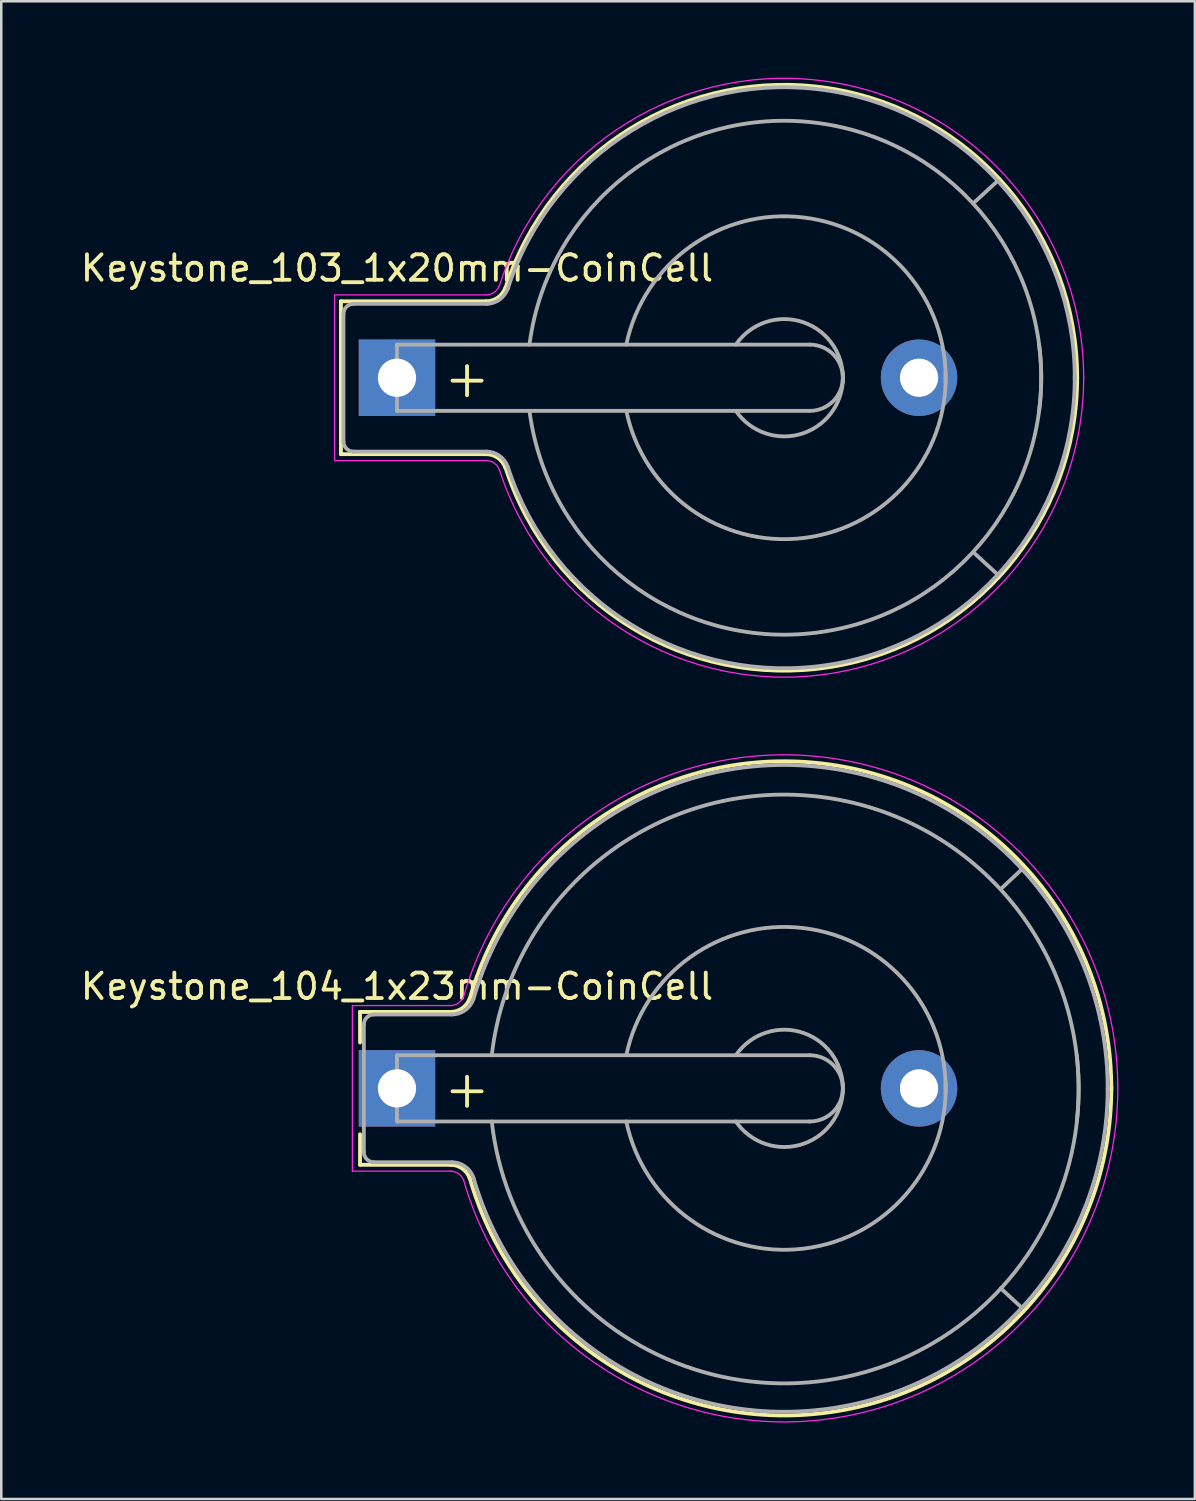
<source format=kicad_pcb>
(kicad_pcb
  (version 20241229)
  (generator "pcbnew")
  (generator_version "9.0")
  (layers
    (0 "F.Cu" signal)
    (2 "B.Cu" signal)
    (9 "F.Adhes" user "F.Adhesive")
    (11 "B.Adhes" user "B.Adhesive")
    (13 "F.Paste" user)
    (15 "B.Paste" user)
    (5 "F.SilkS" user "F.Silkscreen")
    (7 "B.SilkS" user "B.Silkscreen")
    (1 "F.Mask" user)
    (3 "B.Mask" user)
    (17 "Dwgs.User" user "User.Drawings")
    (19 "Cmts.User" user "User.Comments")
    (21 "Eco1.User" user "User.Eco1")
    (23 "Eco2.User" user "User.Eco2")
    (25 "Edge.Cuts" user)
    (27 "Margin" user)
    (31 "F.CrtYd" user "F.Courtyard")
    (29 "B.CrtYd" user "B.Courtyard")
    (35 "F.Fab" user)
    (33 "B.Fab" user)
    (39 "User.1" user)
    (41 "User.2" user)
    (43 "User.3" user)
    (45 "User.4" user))
  (footprint "Keystone_104_1x23mm-CoinCell"
    (layer "F.Cu")
    (at 12.53 39.665)
    (property "Reference" "Keystone_104_1x23mm-CoinCell" (at 0 -4 0) (layer "F.SilkS") (effects (font (size 1 1) (thickness 0.15))))
    (attr through_hole)
    (fp_line (start -1.45 -3) (end 2.15 -3) (stroke (width 0.15) (type solid)) (layer "F.SilkS"))
    (fp_line (start -1.45 -1.8) (end -1.45 -3) (stroke (width 0.15) (type solid)) (layer "F.SilkS"))
    (fp_line (start -1.45 1.8) (end -1.45 3) (stroke (width 0.15) (type solid)) (layer "F.SilkS"))
    (fp_line (start -1.45 3) (end 2.15 3) (stroke (width 0.15) (type solid)) (layer "F.SilkS"))
    (fp_arc (start 2.1 3) (mid 2.558861 3.144678) (end 2.851754 3.526384) (stroke (width 0.15) (type solid)) (layer "F.SilkS"))
    (fp_arc (start 2.85 -3.5) (mid 17.002622 -12.709172) (end 28.03617 0.072313) (stroke (width 0.15) (type solid)) (layer "F.SilkS"))
    (fp_arc (start 2.851754 -3.526384) (mid 2.558861 -3.144678) (end 2.1 -3) (stroke (width 0.15) (type solid)) (layer "F.SilkS"))
    (fp_arc (start 28.03617 -0.072313) (mid 17.002622 12.709172) (end 2.85 3.5) (stroke (width 0.15) (type solid)) (layer "F.SilkS"))
    (fp_line (start -1.75 -3.25) (end 2.15 -3.25) (stroke (width 0.05) (type solid)) (layer "F.CrtYd"))
    (fp_line (start -1.75 3.25) (end -1.75 -3.25) (stroke (width 0.05) (type solid)) (layer "F.CrtYd"))
    (fp_line (start -1.75 3.25) (end 2.15 3.25) (stroke (width 0.05) (type solid)) (layer "F.CrtYd"))
    (fp_arc (start 2.1 3.25) (mid 2.415467 3.349466) (end 2.616831 3.611889) (stroke (width 0.05) (type solid)) (layer "F.CrtYd"))
    (fp_arc (start 2.615 -3.6) (mid 17.013472 -12.963547) (end 28.289773 -0.008354) (stroke (width 0.05) (type solid)) (layer "F.CrtYd"))
    (fp_arc (start 2.616831 -3.611889) (mid 2.415467 -3.349466) (end 2.1 -3.25) (stroke (width 0.05) (type solid)) (layer "F.CrtYd"))
    (fp_arc (start 28.289773 0.008354) (mid 17.013472 12.963547) (end 2.615 3.6) (stroke (width 0.05) (type solid)) (layer "F.CrtYd"))
    (fp_line (start -1.3 -2.5) (end -1.3 2.5) (stroke (width 0.15) (type solid)) (layer "F.Fab"))
    (fp_line (start -0.9 2.9) (end 2.15 2.9) (stroke (width 0.15) (type solid)) (layer "F.Fab"))
    (fp_line (start 0 -1.3) (end 0 1.3) (stroke (width 0.15) (type solid)) (layer "F.Fab"))
    (fp_line (start 0 1.3) (end 16.2 1.3) (stroke (width 0.15) (type solid)) (layer "F.Fab"))
    (fp_line (start 2.15 -2.9) (end -0.9 -2.9) (stroke (width 0.15) (type solid)) (layer "F.Fab"))
    (fp_line (start 16.2 -1.3) (end 0 -1.3) (stroke (width 0.15) (type solid)) (layer "F.Fab"))
    (fp_line (start 23.698 7.849) (end 24.526 8.613) (stroke (width 0.15) (type solid)) (layer "F.Fab"))
    (fp_line (start 23.724 -7.849) (end 24.526 -8.601) (stroke (width 0.15) (type solid)) (layer "F.Fab"))
    (fp_arc (start -1.3 -2.5) (mid -1.182843 -2.782843) (end -0.9 -2.9) (stroke (width 0.15) (type solid)) (layer "F.Fab"))
    (fp_arc (start -0.9 2.9) (mid -1.182843 2.782843) (end -1.3 2.5) (stroke (width 0.15) (type solid)) (layer "F.Fab"))
    (fp_arc (start 2.15 2.9) (mid 2.666219 3.062763) (end 2.995723 3.492182) (stroke (width 0.15) (type solid)) (layer "F.Fab"))
    (fp_arc (start 2.995723 -3.492182) (mid 2.666219 -3.062763) (end 2.15 -2.9) (stroke (width 0.15) (type solid)) (layer "F.Fab"))
    (fp_arc (start 3 -3.5) (mid 16.968026 -12.568376) (end 27.892123 0.00164) (stroke (width 0.15) (type solid)) (layer "F.Fab"))
    (fp_arc (start 3.72 -1.3) (mid 16.5 -11.48) (end 26.68 1.3) (stroke (width 0.15) (type solid)) (layer "F.Fab"))
    (fp_arc (start 9 -1.3) (mid 15.954687 -6.28971) (end 21.531551 0.203631) (stroke (width 0.15) (type solid)) (layer "F.Fab"))
    (fp_arc (start 13.3 -1.3) (mid 15.963947 -2.171724) (end 17.495448 0.175833) (stroke (width 0.15) (type solid)) (layer "F.Fab"))
    (fp_arc (start 16.2 -1.3) (mid 17.5 0) (end 16.2 1.3) (stroke (width 0.15) (type solid)) (layer "F.Fab"))
    (fp_arc (start 17.495448 -0.175833) (mid 15.963947 2.171724) (end 13.3 1.3) (stroke (width 0.15) (type solid)) (layer "F.Fab"))
    (fp_arc (start 21.531551 -0.203631) (mid 15.954687 6.28971) (end 9 1.3) (stroke (width 0.15) (type solid)) (layer "F.Fab"))
    (fp_arc (start 26.68 -1.3) (mid 16.5 11.48) (end 3.72 1.3) (stroke (width 0.15) (type solid)) (layer "F.Fab"))
    (fp_arc (start 27.892123 -0.00164) (mid 16.968026 12.568376) (end 3 3.5) (stroke (width 0.15) (type solid)) (layer "F.Fab"))
    (fp_text user "+" (at 2.75 0 0) (layer "F.SilkS") (effects (font (size 1.5 1.5) (thickness 0.15))))
    (pad "1" thru_hole rect (at 0 0) (size 3 3) (drill 1.5) (layers "*.Cu" "*.Mask"))
    (pad "2" thru_hole circle (at 20.49 0) (size 3 3) (drill 1.5) (layers "*.Cu" "*.Mask")))
  (footprint "Keystone_103_1x20mm-CoinCell"
    (layer "F.Cu")
    (at 12.53 11.775)
    (property "Reference" "Keystone_103_1x20mm-CoinCell" (at 0 -4.3 0) (layer "F.SilkS") (effects (font (size 1 1) (thickness 0.15))))
    (attr through_hole)
    (fp_line (start -2.2 -3) (end 3.5 -3) (stroke (width 0.15) (type solid)) (layer "F.SilkS"))
    (fp_line (start -2.2 3) (end -2.2 -3) (stroke (width 0.15) (type solid)) (layer "F.SilkS"))
    (fp_line (start -2.2 3) (end 3.5 3) (stroke (width 0.15) (type solid)) (layer "F.SilkS"))
    (fp_arc (start 3.5 3) (mid 3.958861 3.144678) (end 4.251754 3.526384) (stroke (width 0.15) (type solid)) (layer "F.SilkS"))
    (fp_arc (start 4.25 -3.5) (mid 16.993514 -11.35499) (end 26.695671 0.045281) (stroke (width 0.15) (type solid)) (layer "F.SilkS"))
    (fp_arc (start 4.251754 -3.526384) (mid 3.958861 -3.144678) (end 3.5 -3) (stroke (width 0.15) (type solid)) (layer "F.SilkS"))
    (fp_arc (start 26.695671 -0.045281) (mid 16.993514 11.35499) (end 4.25 3.5) (stroke (width 0.15) (type solid)) (layer "F.SilkS"))
    (fp_line (start -2.45 -3.25) (end 3.5 -3.25) (stroke (width 0.05) (type solid)) (layer "F.CrtYd"))
    (fp_line (start -2.45 3.25) (end -2.45 -3.25) (stroke (width 0.05) (type solid)) (layer "F.CrtYd"))
    (fp_line (start -2.45 3.25) (end 3.5 3.25) (stroke (width 0.05) (type solid)) (layer "F.CrtYd"))
    (fp_arc (start 3.5 3.25) (mid 3.815467 3.349466) (end 4.016831 3.611889) (stroke (width 0.05) (type solid)) (layer "F.CrtYd"))
    (fp_arc (start 4.015 -3.6) (mid 17.056602 -11.602468) (end 26.949865 0.069987) (stroke (width 0.05) (type solid)) (layer "F.CrtYd"))
    (fp_arc (start 4.016831 -3.611889) (mid 3.815467 -3.349466) (end 3.5 -3.25) (stroke (width 0.05) (type solid)) (layer "F.CrtYd"))
    (fp_arc (start 26.949865 -0.069987) (mid 17.056602 11.602468) (end 4.015 3.6) (stroke (width 0.05) (type solid)) (layer "F.CrtYd"))
    (fp_line (start -2.1 -2.5) (end -2.1 2.5) (stroke (width 0.15) (type solid)) (layer "F.Fab"))
    (fp_line (start -1.7 2.9) (end 3.531 2.9) (stroke (width 0.15) (type solid)) (layer "F.Fab"))
    (fp_line (start 0 -1.3) (end 0 1.3) (stroke (width 0.15) (type solid)) (layer "F.Fab"))
    (fp_line (start 0 1.3) (end 16.2 1.3) (stroke (width 0.15) (type solid)) (layer "F.Fab"))
    (fp_line (start 3.531 -2.9) (end -1.7 -2.9) (stroke (width 0.15) (type solid)) (layer "F.Fab"))
    (fp_line (start 16.2 -1.3) (end 0 -1.3) (stroke (width 0.15) (type solid)) (layer "F.Fab"))
    (fp_line (start 23.571 -7.722) (end 22.631 -6.858) (stroke (width 0.15) (type solid)) (layer "F.Fab"))
    (fp_line (start 23.571 7.722) (end 22.657 6.883) (stroke (width 0.15) (type solid)) (layer "F.Fab"))
    (fp_arc (start -2.1 -2.5) (mid -1.982843 -2.782843) (end -1.7 -2.9) (stroke (width 0.15) (type solid)) (layer "F.Fab"))
    (fp_arc (start -1.7 2.9) (mid -1.982843 2.782843) (end -2.1 2.5) (stroke (width 0.15) (type solid)) (layer "F.Fab"))
    (fp_arc (start 3.5 2.9) (mid 4.016219 3.062763) (end 4.345723 3.492182) (stroke (width 0.15) (type solid)) (layer "F.Fab"))
    (fp_arc (start 4.345723 -3.492182) (mid 4.016219 -3.062763) (end 3.5 -2.9) (stroke (width 0.15) (type solid)) (layer "F.Fab"))
    (fp_arc (start 4.35 -3.5) (mid 17.008726 -11.256154) (end 26.600299 0.075351) (stroke (width 0.15) (type solid)) (layer "F.Fab"))
    (fp_arc (start 5.2 -1.3) (mid 16.5 -10) (end 25.2 1.3) (stroke (width 0.15) (type solid)) (layer "F.Fab"))
    (fp_arc (start 9 -1.3) (mid 15.954687 -6.28971) (end 21.531551 0.203631) (stroke (width 0.15) (type solid)) (layer "F.Fab"))
    (fp_arc (start 13.3 -1.3) (mid 15.963947 -2.171724) (end 17.495448 0.175833) (stroke (width 0.15) (type solid)) (layer "F.Fab"))
    (fp_arc (start 16.2 -1.3) (mid 17.5 0) (end 16.2 1.3) (stroke (width 0.15) (type solid)) (layer "F.Fab"))
    (fp_arc (start 17.495448 -0.175833) (mid 15.963947 2.171724) (end 13.3 1.3) (stroke (width 0.15) (type solid)) (layer "F.Fab"))
    (fp_arc (start 21.531551 -0.203631) (mid 15.954687 6.28971) (end 9 1.3) (stroke (width 0.15) (type solid)) (layer "F.Fab"))
    (fp_arc (start 25.2 -1.3) (mid 16.5 10) (end 5.2 1.3) (stroke (width 0.15) (type solid)) (layer "F.Fab"))
    (fp_arc (start 26.600299 -0.075351) (mid 17.008726 11.256154) (end 4.35 3.5) (stroke (width 0.15) (type solid)) (layer "F.Fab"))
    (fp_text user "+" (at 2.75 0 0) (layer "F.SilkS") (effects (font (size 1.5 1.5) (thickness 0.15))))
    (pad "1" thru_hole rect (at 0 0) (size 3 3) (drill 1.5) (layers "*.Cu" "*.Mask"))
    (pad "2" thru_hole circle (at 20.49 0) (size 3 3) (drill 1.5) (layers "*.Cu" "*.Mask")))
  (gr_rect
    (start -3 -3)
    (end 43.845 55.78)
    (stroke (width 0.1) (type default))
    (fill no)
    (layer "Edge.Cuts")))
</source>
